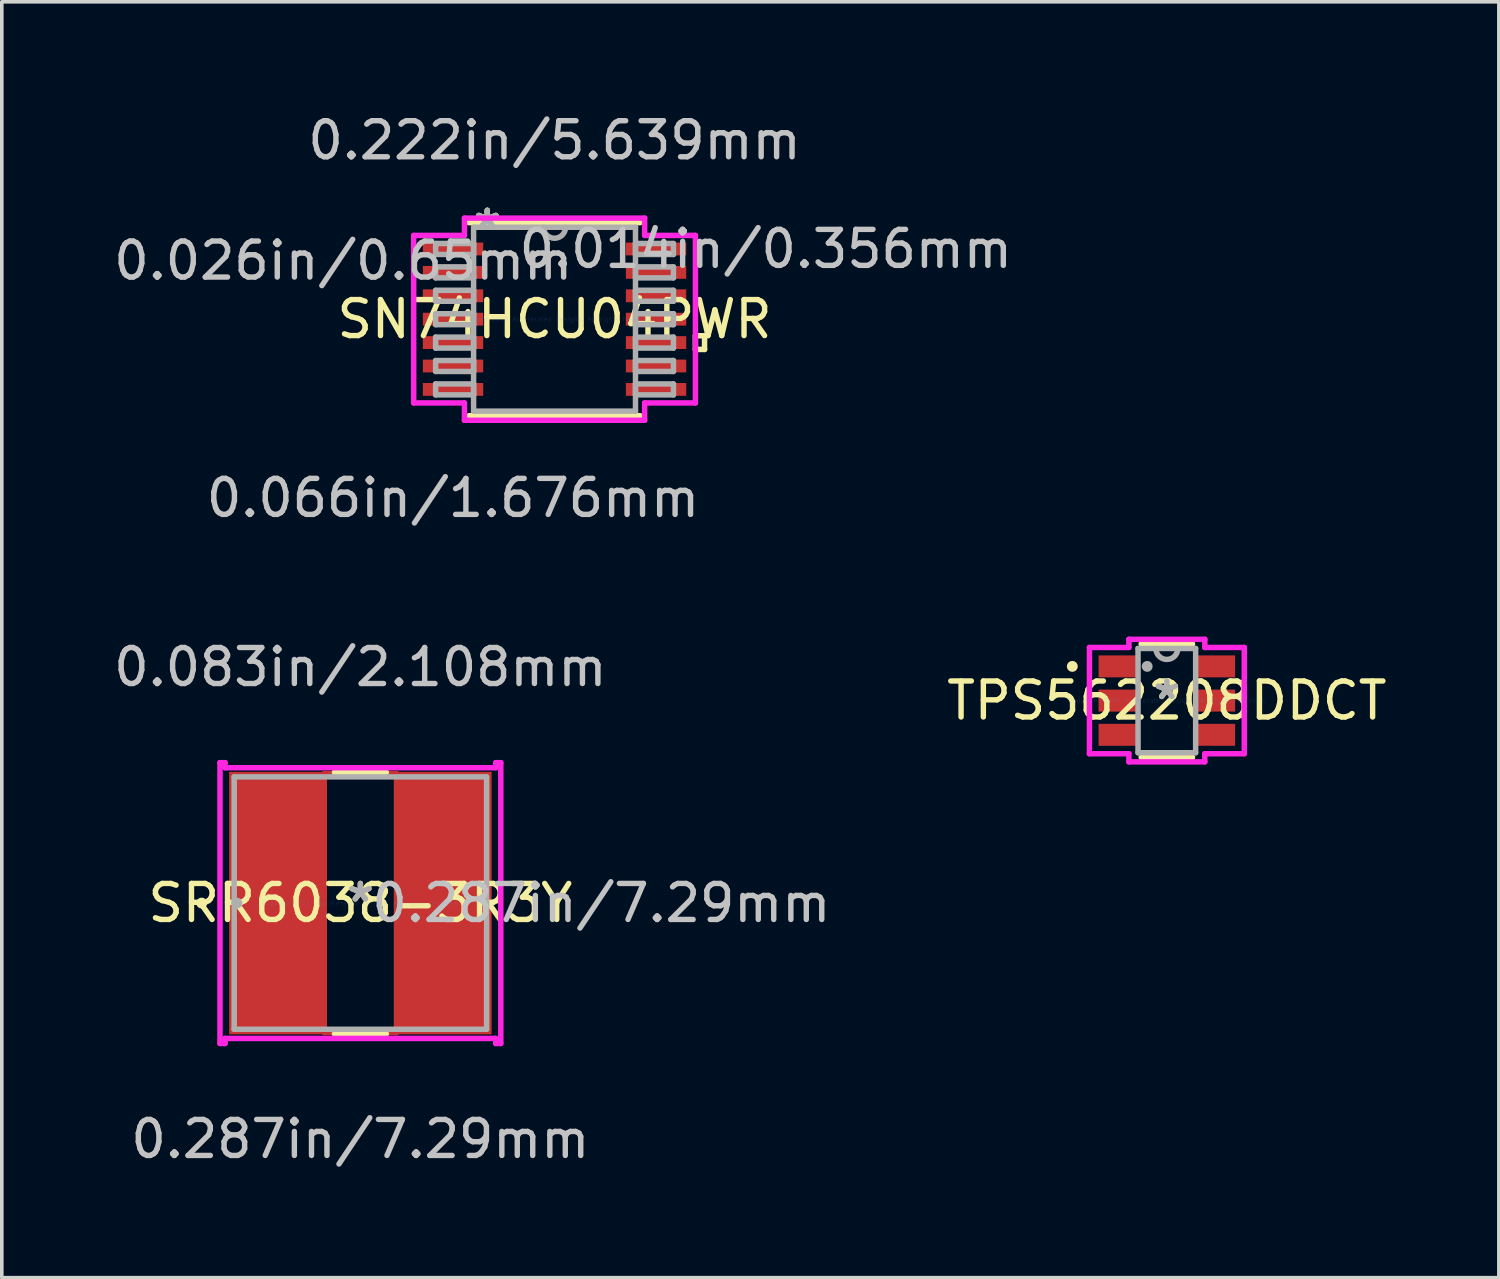
<source format=kicad_pcb>
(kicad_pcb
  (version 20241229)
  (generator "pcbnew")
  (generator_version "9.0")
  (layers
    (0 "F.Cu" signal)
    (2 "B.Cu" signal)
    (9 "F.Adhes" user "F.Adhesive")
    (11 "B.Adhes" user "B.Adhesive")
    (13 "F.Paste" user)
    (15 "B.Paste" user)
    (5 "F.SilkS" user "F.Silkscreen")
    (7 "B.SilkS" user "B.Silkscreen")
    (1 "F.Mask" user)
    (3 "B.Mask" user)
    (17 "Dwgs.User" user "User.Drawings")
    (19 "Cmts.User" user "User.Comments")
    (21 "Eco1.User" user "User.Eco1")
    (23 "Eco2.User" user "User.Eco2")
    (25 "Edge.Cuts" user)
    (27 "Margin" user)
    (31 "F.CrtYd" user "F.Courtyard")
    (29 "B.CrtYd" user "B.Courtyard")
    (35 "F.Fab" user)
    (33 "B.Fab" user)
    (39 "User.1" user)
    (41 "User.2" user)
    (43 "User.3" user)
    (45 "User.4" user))
  (footprint "SRR6038-3R3Y"
    (layer "F.Cu")
    (at 6.958 22.029)
    (property "Reference" "SRR6038-3R3Y" (at 0 0 0) (layer "F.SilkS") (effects (font (size 1 1) (thickness 0.15))))
    (attr through_hole)
    (fp_line (start -1.003 -3.594) (end 1.003 -3.594) (stroke (width 0.152) (type solid)) (layer "F.Cu"))
    (fp_line (start -1.003 3.594) (end -1.003 -3.594) (stroke (width 0.152) (type solid)) (layer "F.Cu"))
    (fp_line (start 1.003 -3.594) (end 1.003 3.594) (stroke (width 0.152) (type solid)) (layer "F.Cu"))
    (fp_line (start 1.003 3.594) (end -1.003 3.594) (stroke (width 0.152) (type solid)) (layer "F.Cu"))
    (fp_line (start -0.721 3.632) (end 0.721 3.632) (stroke (width 0.152) (type solid)) (layer "F.SilkS"))
    (fp_line (start 0.721 -3.632) (end -0.721 -3.632) (stroke (width 0.152) (type solid)) (layer "F.SilkS"))
    (fp_circle (center -4.407 0) (end -4.331 0) (stroke (width 0.152) (type solid)) (fill no) (layer "F.SilkS"))
    (fp_line (start -3.899 -3.899) (end -3.759 -3.899) (stroke (width 0.152) (type solid)) (layer "F.CrtYd"))
    (fp_line (start -3.899 3.899) (end -3.899 -3.899) (stroke (width 0.152) (type solid)) (layer "F.CrtYd"))
    (fp_line (start -3.759 -3.899) (end -3.759 -3.759) (stroke (width 0.152) (type solid)) (layer "F.CrtYd"))
    (fp_line (start -3.759 -3.759) (end 3.759 -3.759) (stroke (width 0.152) (type solid)) (layer "F.CrtYd"))
    (fp_line (start -3.759 3.759) (end -3.759 3.899) (stroke (width 0.152) (type solid)) (layer "F.CrtYd"))
    (fp_line (start -3.759 3.899) (end -3.899 3.899) (stroke (width 0.152) (type solid)) (layer "F.CrtYd"))
    (fp_line (start 3.759 -3.899) (end 3.899 -3.899) (stroke (width 0.152) (type solid)) (layer "F.CrtYd"))
    (fp_line (start 3.759 -3.759) (end 3.759 -3.899) (stroke (width 0.152) (type solid)) (layer "F.CrtYd"))
    (fp_line (start 3.759 3.759) (end -3.759 3.759) (stroke (width 0.152) (type solid)) (layer "F.CrtYd"))
    (fp_line (start 3.759 3.899) (end 3.759 3.759) (stroke (width 0.152) (type solid)) (layer "F.CrtYd"))
    (fp_line (start 3.899 -3.899) (end 3.899 3.899) (stroke (width 0.152) (type solid)) (layer "F.CrtYd"))
    (fp_line (start 3.899 3.899) (end 3.759 3.899) (stroke (width 0.152) (type solid)) (layer "F.CrtYd"))
    (fp_line (start -3.505 -3.505) (end -3.505 3.505) (stroke (width 0.152) (type solid)) (layer "F.Fab"))
    (fp_line (start -3.505 3.505) (end 3.505 3.505) (stroke (width 0.152) (type solid)) (layer "F.Fab"))
    (fp_line (start 3.505 -3.505) (end -3.505 -3.505) (stroke (width 0.152) (type solid)) (layer "F.Fab"))
    (fp_line (start 3.505 3.505) (end 3.505 -3.505) (stroke (width 0.152) (type solid)) (layer "F.Fab"))
    (fp_circle (center -3.429 0) (end -3.353 0) (stroke (width 0.152) (type solid)) (fill no) (layer "F.Fab"))
    (fp_text user "*" (at 0 0 0) (layer "F.SilkS") (effects (font (size 1 1) (thickness 0.15))))
    (fp_text user "0.083in/2.108mm" (at 0 -6.553 0) (layer "Dwgs.User") (effects (font (size 1 1) (thickness 0.15))))
    (fp_text user "0.287in/7.29mm" (at 0 6.553 0) (layer "Dwgs.User") (effects (font (size 1 1) (thickness 0.15))))
    (fp_text user "0.287in/7.29mm" (at 6.693 0 0) (layer "Dwgs.User") (effects (font (size 1 1) (thickness 0.15))))
    (fp_text user "Copyright 2016 Accelerated Designs. All rights reserved." (at 0 0 0) (layer "Cmts.User") (effects (font (size 0.127 0.127) (thickness 0.002))))
    (fp_text user "*" (at 0 0 0) (layer "F.Fab") (effects (font (size 1 1) (thickness 0.15))))
    (pad "1" smd rect (at -2.349 0) (size 2.591 7.29) (layers "F.Cu" "F.Mask" "F.Paste"))
    (pad "2" smd rect (at 2.349 0) (size 2.591 7.29) (layers "F.Cu" "F.Mask" "F.Paste")))
  (footprint "TPS562208DDCT"
    (layer "F.Cu")
    (at 29.354 16.406)
    (property "Reference" "TPS562208DDCT" (at 0 0 0) (layer "F.SilkS") (effects (font (size 1 1) (thickness 0.15))))
    (attr through_hole)
    (fp_line (start -0.713 1.575) (end 0.713 1.575) (stroke (width 0.152) (type solid)) (layer "F.SilkS"))
    (fp_line (start 0.713 -1.575) (end -0.713 -1.575) (stroke (width 0.152) (type solid)) (layer "F.SilkS"))
    (fp_circle (center -2.625 -0.95) (end -2.549 -0.95) (stroke (width 0.152) (type solid)) (fill no) (layer "F.SilkS"))
    (fp_line (start -2.15 -1.476) (end -1.054 -1.476) (stroke (width 0.152) (type solid)) (layer "F.CrtYd"))
    (fp_line (start -2.15 1.476) (end -2.15 -1.476) (stroke (width 0.152) (type solid)) (layer "F.CrtYd"))
    (fp_line (start -1.054 -1.702) (end 1.054 -1.702) (stroke (width 0.152) (type solid)) (layer "F.CrtYd"))
    (fp_line (start -1.054 -1.476) (end -1.054 -1.702) (stroke (width 0.152) (type solid)) (layer "F.CrtYd"))
    (fp_line (start -1.054 1.476) (end -2.15 1.476) (stroke (width 0.152) (type solid)) (layer "F.CrtYd"))
    (fp_line (start -1.054 1.702) (end -1.054 1.476) (stroke (width 0.152) (type solid)) (layer "F.CrtYd"))
    (fp_line (start 1.054 -1.702) (end 1.054 -1.476) (stroke (width 0.152) (type solid)) (layer "F.CrtYd"))
    (fp_line (start 1.054 -1.476) (end 2.15 -1.476) (stroke (width 0.152) (type solid)) (layer "F.CrtYd"))
    (fp_line (start 1.054 1.476) (end 1.054 1.702) (stroke (width 0.152) (type solid)) (layer "F.CrtYd"))
    (fp_line (start 1.054 1.702) (end -1.054 1.702) (stroke (width 0.152) (type solid)) (layer "F.CrtYd"))
    (fp_line (start 2.15 -1.476) (end 2.15 1.476) (stroke (width 0.152) (type solid)) (layer "F.CrtYd"))
    (fp_line (start 2.15 1.476) (end 1.054 1.476) (stroke (width 0.152) (type solid)) (layer "F.CrtYd"))
    (fp_line (start -0.8 -1.448) (end -0.8 1.448) (stroke (width 0.152) (type solid)) (layer "F.Fab"))
    (fp_line (start -0.8 1.448) (end 0.8 1.448) (stroke (width 0.152) (type solid)) (layer "F.Fab"))
    (fp_line (start 0.8 -1.448) (end -0.8 -1.448) (stroke (width 0.152) (type solid)) (layer "F.Fab"))
    (fp_line (start 0.8 1.448) (end 0.8 -1.448) (stroke (width 0.152) (type solid)) (layer "F.Fab"))
    (fp_arc (start 0.3048 -1.4478) (mid 0 -1.143) (end -0.3048 -1.4478) (stroke (width 0.1524) (type solid)) (layer "F.Fab"))
    (fp_circle (center -0.546 -0.95) (end -0.47 -0.95) (stroke (width 0.152) (type solid)) (fill no) (layer "F.Fab"))
    (fp_text user "*" (at 0 0 0) (layer "F.SilkS") (effects (font (size 1 1) (thickness 0.15))))
    (fp_text user "Copyright 2016 Accelerated Designs. All rights reserved." (at 0 0 0) (layer "Cmts.User") (effects (font (size 0.127 0.127) (thickness 0.002))))
    (fp_text user "*" (at 0 0 0) (layer "F.Fab") (effects (font (size 1 1) (thickness 0.15))))
    (pad "1" smd rect (at -1.35 -0.95) (size 1.092 0.61) (layers "F.Cu" "F.Mask" "F.Paste"))
    (pad "2" smd rect (at -1.35 0) (size 1.092 0.61) (layers "F.Cu" "F.Mask" "F.Paste"))
    (pad "3" smd rect (at -1.35 0.95) (size 1.092 0.61) (layers "F.Cu" "F.Mask" "F.Paste"))
    (pad "4" smd rect (at 1.35 0.95) (size 1.092 0.61) (layers "F.Cu" "F.Mask" "F.Paste"))
    (pad "5" smd rect (at 1.35 0) (size 1.092 0.61) (layers "F.Cu" "F.Mask" "F.Paste"))
    (pad "6" smd rect (at 1.35 -0.95) (size 1.092 0.61) (layers "F.Cu" "F.Mask" "F.Paste")))
  (footprint "SN74HCU04PWR"
    (layer "F.Cu")
    (at 12.35 5.814)
    (property "Reference" "SN74HCU04PWR" (at 0 0 0) (layer "F.SilkS") (effects (font (size 1 1) (thickness 0.15))))
    (attr through_hole)
    (fp_line (start -2.375 2.68) (end 2.375 2.68) (stroke (width 0.152) (type solid)) (layer "F.SilkS"))
    (fp_line (start 2.375 -2.68) (end -2.375 -2.68) (stroke (width 0.152) (type solid)) (layer "F.SilkS"))
    (fp_line (start 3.912 0.459) (end 4.166 0.459) (stroke (width 0.152) (type solid)) (layer "F.SilkS"))
    (fp_line (start 3.912 0.84) (end 3.912 0.459) (stroke (width 0.152) (type solid)) (layer "F.SilkS"))
    (fp_line (start 4.166 0.459) (end 4.166 0.84) (stroke (width 0.152) (type solid)) (layer "F.SilkS"))
    (fp_line (start 4.166 0.84) (end 3.912 0.84) (stroke (width 0.152) (type solid)) (layer "F.SilkS"))
    (fp_line (start -3.912 -2.326) (end -2.502 -2.326) (stroke (width 0.152) (type solid)) (layer "F.CrtYd"))
    (fp_line (start -3.912 2.326) (end -3.912 -2.326) (stroke (width 0.152) (type solid)) (layer "F.CrtYd"))
    (fp_line (start -2.502 -2.807) (end 2.502 -2.807) (stroke (width 0.152) (type solid)) (layer "F.CrtYd"))
    (fp_line (start -2.502 -2.326) (end -2.502 -2.807) (stroke (width 0.152) (type solid)) (layer "F.CrtYd"))
    (fp_line (start -2.502 2.326) (end -3.912 2.326) (stroke (width 0.152) (type solid)) (layer "F.CrtYd"))
    (fp_line (start -2.502 2.807) (end -2.502 2.326) (stroke (width 0.152) (type solid)) (layer "F.CrtYd"))
    (fp_line (start 2.502 -2.807) (end 2.502 -2.326) (stroke (width 0.152) (type solid)) (layer "F.CrtYd"))
    (fp_line (start 2.502 -2.326) (end 3.912 -2.326) (stroke (width 0.152) (type solid)) (layer "F.CrtYd"))
    (fp_line (start 2.502 2.326) (end 2.502 2.807) (stroke (width 0.152) (type solid)) (layer "F.CrtYd"))
    (fp_line (start 2.502 2.807) (end -2.502 2.807) (stroke (width 0.152) (type solid)) (layer "F.CrtYd"))
    (fp_line (start 3.912 -2.326) (end 3.912 2.326) (stroke (width 0.152) (type solid)) (layer "F.CrtYd"))
    (fp_line (start 3.912 2.326) (end 2.502 2.326) (stroke (width 0.152) (type solid)) (layer "F.CrtYd"))
    (fp_line (start -3.302 -2.102) (end -3.302 -1.798) (stroke (width 0.152) (type solid)) (layer "F.Fab"))
    (fp_line (start -3.302 -1.798) (end -2.248 -1.798) (stroke (width 0.152) (type solid)) (layer "F.Fab"))
    (fp_line (start -3.302 -1.452) (end -3.302 -1.148) (stroke (width 0.152) (type solid)) (layer "F.Fab"))
    (fp_line (start -3.302 -1.148) (end -2.248 -1.148) (stroke (width 0.152) (type solid)) (layer "F.Fab"))
    (fp_line (start -3.302 -0.802) (end -3.302 -0.498) (stroke (width 0.152) (type solid)) (layer "F.Fab"))
    (fp_line (start -3.302 -0.498) (end -2.248 -0.498) (stroke (width 0.152) (type solid)) (layer "F.Fab"))
    (fp_line (start -3.302 -0.152) (end -3.302 0.152) (stroke (width 0.152) (type solid)) (layer "F.Fab"))
    (fp_line (start -3.302 0.152) (end -2.248 0.152) (stroke (width 0.152) (type solid)) (layer "F.Fab"))
    (fp_line (start -3.302 0.498) (end -3.302 0.802) (stroke (width 0.152) (type solid)) (layer "F.Fab"))
    (fp_line (start -3.302 0.802) (end -2.248 0.802) (stroke (width 0.152) (type solid)) (layer "F.Fab"))
    (fp_line (start -3.302 1.148) (end -3.302 1.452) (stroke (width 0.152) (type solid)) (layer "F.Fab"))
    (fp_line (start -3.302 1.452) (end -2.248 1.452) (stroke (width 0.152) (type solid)) (layer "F.Fab"))
    (fp_line (start -3.302 1.798) (end -3.302 2.102) (stroke (width 0.152) (type solid)) (layer "F.Fab"))
    (fp_line (start -3.302 2.102) (end -2.248 2.102) (stroke (width 0.152) (type solid)) (layer "F.Fab"))
    (fp_line (start -2.248 -2.553) (end -2.248 2.553) (stroke (width 0.152) (type solid)) (layer "F.Fab"))
    (fp_line (start -2.248 -2.102) (end -3.302 -2.102) (stroke (width 0.152) (type solid)) (layer "F.Fab"))
    (fp_line (start -2.248 -1.798) (end -2.248 -2.102) (stroke (width 0.152) (type solid)) (layer "F.Fab"))
    (fp_line (start -2.248 -1.452) (end -3.302 -1.452) (stroke (width 0.152) (type solid)) (layer "F.Fab"))
    (fp_line (start -2.248 -1.148) (end -2.248 -1.452) (stroke (width 0.152) (type solid)) (layer "F.Fab"))
    (fp_line (start -2.248 -0.802) (end -3.302 -0.802) (stroke (width 0.152) (type solid)) (layer "F.Fab"))
    (fp_line (start -2.248 -0.498) (end -2.248 -0.802) (stroke (width 0.152) (type solid)) (layer "F.Fab"))
    (fp_line (start -2.248 -0.152) (end -3.302 -0.152) (stroke (width 0.152) (type solid)) (layer "F.Fab"))
    (fp_line (start -2.248 0.152) (end -2.248 -0.152) (stroke (width 0.152) (type solid)) (layer "F.Fab"))
    (fp_line (start -2.248 0.498) (end -3.302 0.498) (stroke (width 0.152) (type solid)) (layer "F.Fab"))
    (fp_line (start -2.248 0.802) (end -2.248 0.498) (stroke (width 0.152) (type solid)) (layer "F.Fab"))
    (fp_line (start -2.248 1.148) (end -3.302 1.148) (stroke (width 0.152) (type solid)) (layer "F.Fab"))
    (fp_line (start -2.248 1.452) (end -2.248 1.148) (stroke (width 0.152) (type solid)) (layer "F.Fab"))
    (fp_line (start -2.248 1.798) (end -3.302 1.798) (stroke (width 0.152) (type solid)) (layer "F.Fab"))
    (fp_line (start -2.248 2.102) (end -2.248 1.798) (stroke (width 0.152) (type solid)) (layer "F.Fab"))
    (fp_line (start -2.248 2.553) (end 2.248 2.553) (stroke (width 0.152) (type solid)) (layer "F.Fab"))
    (fp_line (start 2.248 -2.553) (end -2.248 -2.553) (stroke (width 0.152) (type solid)) (layer "F.Fab"))
    (fp_line (start 2.248 -2.102) (end 2.248 -1.798) (stroke (width 0.152) (type solid)) (layer "F.Fab"))
    (fp_line (start 2.248 -1.798) (end 3.302 -1.798) (stroke (width 0.152) (type solid)) (layer "F.Fab"))
    (fp_line (start 2.248 -1.452) (end 2.248 -1.148) (stroke (width 0.152) (type solid)) (layer "F.Fab"))
    (fp_line (start 2.248 -1.148) (end 3.302 -1.148) (stroke (width 0.152) (type solid)) (layer "F.Fab"))
    (fp_line (start 2.248 -0.802) (end 2.248 -0.498) (stroke (width 0.152) (type solid)) (layer "F.Fab"))
    (fp_line (start 2.248 -0.498) (end 3.302 -0.498) (stroke (width 0.152) (type solid)) (layer "F.Fab"))
    (fp_line (start 2.248 -0.152) (end 2.248 0.152) (stroke (width 0.152) (type solid)) (layer "F.Fab"))
    (fp_line (start 2.248 0.152) (end 3.302 0.152) (stroke (width 0.152) (type solid)) (layer "F.Fab"))
    (fp_line (start 2.248 0.498) (end 2.248 0.802) (stroke (width 0.152) (type solid)) (layer "F.Fab"))
    (fp_line (start 2.248 0.802) (end 3.302 0.802) (stroke (width 0.152) (type solid)) (layer "F.Fab"))
    (fp_line (start 2.248 1.148) (end 2.248 1.452) (stroke (width 0.152) (type solid)) (layer "F.Fab"))
    (fp_line (start 2.248 1.452) (end 3.302 1.452) (stroke (width 0.152) (type solid)) (layer "F.Fab"))
    (fp_line (start 2.248 1.798) (end 2.248 2.102) (stroke (width 0.152) (type solid)) (layer "F.Fab"))
    (fp_line (start 2.248 2.102) (end 3.302 2.102) (stroke (width 0.152) (type solid)) (layer "F.Fab"))
    (fp_line (start 2.248 2.553) (end 2.248 -2.553) (stroke (width 0.152) (type solid)) (layer "F.Fab"))
    (fp_line (start 3.302 -2.102) (end 2.248 -2.102) (stroke (width 0.152) (type solid)) (layer "F.Fab"))
    (fp_line (start 3.302 -1.798) (end 3.302 -2.102) (stroke (width 0.152) (type solid)) (layer "F.Fab"))
    (fp_line (start 3.302 -1.452) (end 2.248 -1.452) (stroke (width 0.152) (type solid)) (layer "F.Fab"))
    (fp_line (start 3.302 -1.148) (end 3.302 -1.452) (stroke (width 0.152) (type solid)) (layer "F.Fab"))
    (fp_line (start 3.302 -0.802) (end 2.248 -0.802) (stroke (width 0.152) (type solid)) (layer "F.Fab"))
    (fp_line (start 3.302 -0.498) (end 3.302 -0.802) (stroke (width 0.152) (type solid)) (layer "F.Fab"))
    (fp_line (start 3.302 -0.152) (end 2.248 -0.152) (stroke (width 0.152) (type solid)) (layer "F.Fab"))
    (fp_line (start 3.302 0.152) (end 3.302 -0.152) (stroke (width 0.152) (type solid)) (layer "F.Fab"))
    (fp_line (start 3.302 0.498) (end 2.248 0.498) (stroke (width 0.152) (type solid)) (layer "F.Fab"))
    (fp_line (start 3.302 0.802) (end 3.302 0.498) (stroke (width 0.152) (type solid)) (layer "F.Fab"))
    (fp_line (start 3.302 1.148) (end 2.248 1.148) (stroke (width 0.152) (type solid)) (layer "F.Fab"))
    (fp_line (start 3.302 1.452) (end 3.302 1.148) (stroke (width 0.152) (type solid)) (layer "F.Fab"))
    (fp_line (start 3.302 1.798) (end 2.248 1.798) (stroke (width 0.152) (type solid)) (layer "F.Fab"))
    (fp_line (start 3.302 2.102) (end 3.302 1.798) (stroke (width 0.152) (type solid)) (layer "F.Fab"))
    (fp_arc (start 0.3048 -2.5527) (mid 0 -2.2479) (end -0.3048 -2.5527) (stroke (width 0.1524) (type solid)) (layer "F.Fab"))
    (fp_text user "*" (at -1.867 -2.477 0) (layer "F.SilkS") (effects (font (size 1 1) (thickness 0.15))))
    (fp_text user "*" (at -1.867 -2.477 0) (layer "F.SilkS") (effects (font (size 1 1) (thickness 0.15))))
    (fp_text user "0.222in/5.639mm" (at 0 -4.966 0) (layer "Dwgs.User") (effects (font (size 1 1) (thickness 0.15))))
    (fp_text user "0.026in/0.65mm" (at -5.867 -1.625 0) (layer "Dwgs.User") (effects (font (size 1 1) (thickness 0.15))))
    (fp_text user "0.014in/0.356mm" (at 5.867 -1.95 0) (layer "Dwgs.User") (effects (font (size 1 1) (thickness 0.15))))
    (fp_text user "0.066in/1.676mm" (at -2.819 4.966 0) (layer "Dwgs.User") (effects (font (size 1 1) (thickness 0.15))))
    (fp_text user "Copyright 2016 Accelerated Designs. All rights reserved." (at 0 0 0) (layer "Cmts.User") (effects (font (size 0.127 0.127) (thickness 0.002))))
    (fp_text user "*" (at -1.867 -2.477 0) (layer "F.Fab") (effects (font (size 1 1) (thickness 0.15))))
    (fp_text user "*" (at -1.867 -2.477 0) (layer "F.Fab") (effects (font (size 1 1) (thickness 0.15))))
    (pad "1" smd rect (at -2.819 -1.95) (size 1.676 0.356) (layers "F.Cu" "F.Mask" "F.Paste"))
    (pad "2" smd rect (at -2.819 -1.3) (size 1.676 0.356) (layers "F.Cu" "F.Mask" "F.Paste"))
    (pad "3" smd rect (at -2.819 -0.65) (size 1.676 0.356) (layers "F.Cu" "F.Mask" "F.Paste"))
    (pad "4" smd rect (at -2.819 0) (size 1.676 0.356) (layers "F.Cu" "F.Mask" "F.Paste"))
    (pad "5" smd rect (at -2.819 0.65) (size 1.676 0.356) (layers "F.Cu" "F.Mask" "F.Paste"))
    (pad "6" smd rect (at -2.819 1.3) (size 1.676 0.356) (layers "F.Cu" "F.Mask" "F.Paste"))
    (pad "7" smd rect (at -2.819 1.95) (size 1.676 0.356) (layers "F.Cu" "F.Mask" "F.Paste"))
    (pad "8" smd rect (at 2.819 1.95) (size 1.676 0.356) (layers "F.Cu" "F.Mask" "F.Paste"))
    (pad "9" smd rect (at 2.819 1.3) (size 1.676 0.356) (layers "F.Cu" "F.Mask" "F.Paste"))
    (pad "10" smd rect (at 2.819 0.65) (size 1.676 0.356) (layers "F.Cu" "F.Mask" "F.Paste"))
    (pad "11" smd rect (at 2.819 0) (size 1.676 0.356) (layers "F.Cu" "F.Mask" "F.Paste"))
    (pad "12" smd rect (at 2.819 -0.65) (size 1.676 0.356) (layers "F.Cu" "F.Mask" "F.Paste"))
    (pad "13" smd rect (at 2.819 -1.3) (size 1.676 0.356) (layers "F.Cu" "F.Mask" "F.Paste"))
    (pad "14" smd rect (at 2.819 -1.95) (size 1.676 0.356) (layers "F.Cu" "F.Mask" "F.Paste")))
  (gr_rect
    (start -3 -3)
    (end 38.574 32.431)
    (stroke (width 0.1) (type default))
    (fill no)
    (layer "Edge.Cuts")))
</source>
